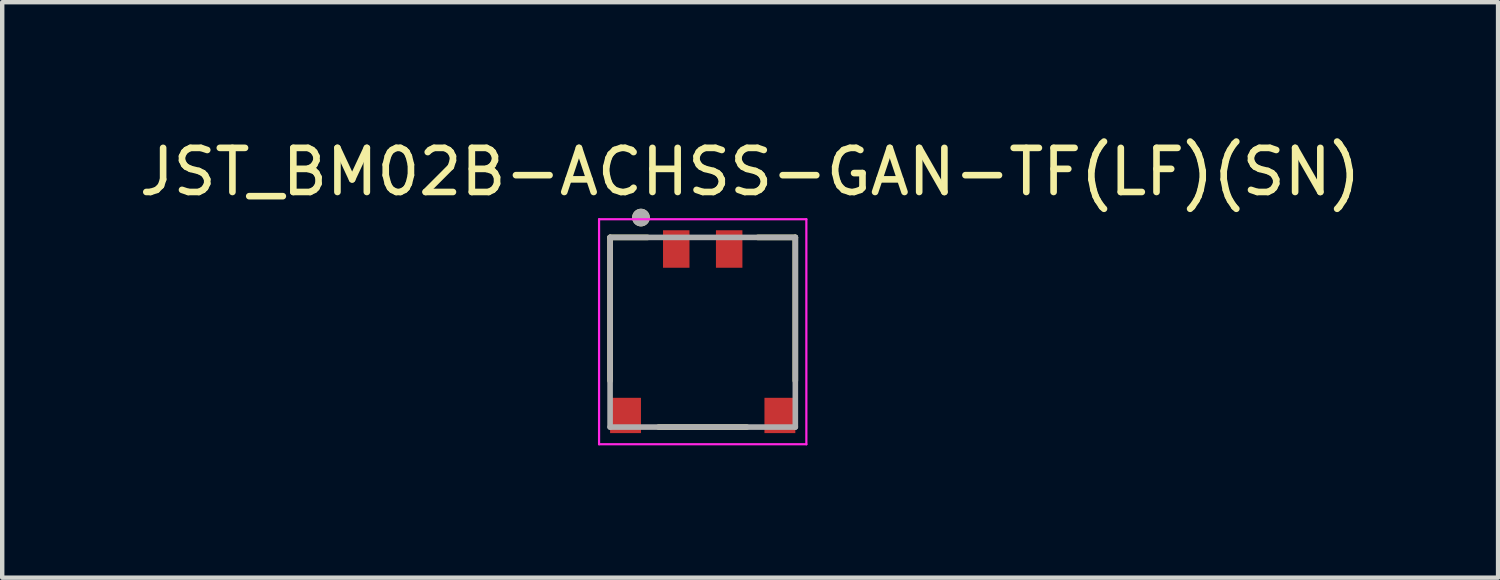
<source format=kicad_pcb>
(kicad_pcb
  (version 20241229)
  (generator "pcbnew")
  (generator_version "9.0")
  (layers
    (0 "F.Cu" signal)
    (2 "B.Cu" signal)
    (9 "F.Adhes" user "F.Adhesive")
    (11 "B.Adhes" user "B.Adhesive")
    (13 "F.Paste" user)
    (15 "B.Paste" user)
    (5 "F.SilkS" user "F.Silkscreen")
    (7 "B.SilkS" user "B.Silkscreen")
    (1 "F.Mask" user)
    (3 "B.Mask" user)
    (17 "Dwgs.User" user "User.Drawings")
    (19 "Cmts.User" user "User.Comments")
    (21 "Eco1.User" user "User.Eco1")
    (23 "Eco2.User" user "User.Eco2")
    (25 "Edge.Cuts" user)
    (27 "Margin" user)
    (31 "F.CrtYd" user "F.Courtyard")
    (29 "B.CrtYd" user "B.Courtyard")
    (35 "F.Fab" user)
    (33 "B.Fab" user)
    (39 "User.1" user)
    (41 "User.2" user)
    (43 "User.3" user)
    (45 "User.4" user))
  (footprint "JST_BM02B-ACHSS-GAN-TF(LF)(SN)"
    (layer "F.Cu")
    (at 12.883 4.483)
    (property "Reference" "JST_BM02B-ACHSS-GAN-TF(LF)(SN)" (at 1.075 -3.635 0) (layer "F.SilkS") (effects (font (size 1 1) (thickness 0.15))))
    (attr smd)
    (fp_line (start -2.1 -2.15) (end -2.1 1.1) (stroke (width 0.127) (type solid)) (layer "F.SilkS"))
    (fp_line (start -1.25 -2.15) (end -2.1 -2.15) (stroke (width 0.127) (type solid)) (layer "F.SilkS"))
    (fp_line (start -1 2.15) (end 1 2.15) (stroke (width 0.127) (type solid)) (layer "F.SilkS"))
    (fp_line (start 1.25 -2.15) (end 2.1 -2.15) (stroke (width 0.127) (type solid)) (layer "F.SilkS"))
    (fp_line (start 2.1 -2.15) (end 2.1 1.1) (stroke (width 0.127) (type solid)) (layer "F.SilkS"))
    (fp_circle (center -1.4 -2.6) (end -1.3 -2.6) (stroke (width 0.2) (type solid)) (fill no) (layer "F.SilkS"))
    (fp_line (start -2.35 -2.562) (end 2.35 -2.562) (stroke (width 0.05) (type solid)) (layer "F.CrtYd"))
    (fp_line (start -2.35 2.54) (end -2.35 -2.562) (stroke (width 0.05) (type solid)) (layer "F.CrtYd"))
    (fp_line (start 2.35 -2.562) (end 2.35 2.54) (stroke (width 0.05) (type solid)) (layer "F.CrtYd"))
    (fp_line (start 2.35 2.54) (end -2.35 2.54) (stroke (width 0.05) (type solid)) (layer "F.CrtYd"))
    (fp_line (start -2.1 -2.15) (end 2.1 -2.15) (stroke (width 0.127) (type solid)) (layer "F.Fab"))
    (fp_line (start -2.1 2.15) (end -2.1 -2.15) (stroke (width 0.127) (type solid)) (layer "F.Fab"))
    (fp_line (start 2.1 -2.15) (end 2.1 2.15) (stroke (width 0.127) (type solid)) (layer "F.Fab"))
    (fp_line (start 2.1 2.15) (end -2.1 2.15) (stroke (width 0.127) (type solid)) (layer "F.Fab"))
    (fp_circle (center -1.4 -2.6) (end -1.3 -2.6) (stroke (width 0.2) (type solid)) (fill no) (layer "F.Fab"))
    (pad "1" smd rect (at -0.6 -1.887) (size 0.6 0.85) (layers "F.Cu" "F.Mask" "F.Paste"))
    (pad "2" smd rect (at 0.6 -1.887) (size 0.6 0.85) (layers "F.Cu" "F.Mask" "F.Paste"))
    (pad "S1" smd rect (at -1.75 1.887) (size 0.7 0.8) (layers "F.Cu" "F.Mask" "F.Paste"))
    (pad "S2" smd rect (at 1.75 1.887) (size 0.7 0.8) (layers "F.Cu" "F.Mask" "F.Paste")))
  (gr_rect
    (start -3 -3)
    (end 30.917 10.048)
    (stroke (width 0.1) (type default))
    (fill no)
    (layer "Edge.Cuts")))
</source>
